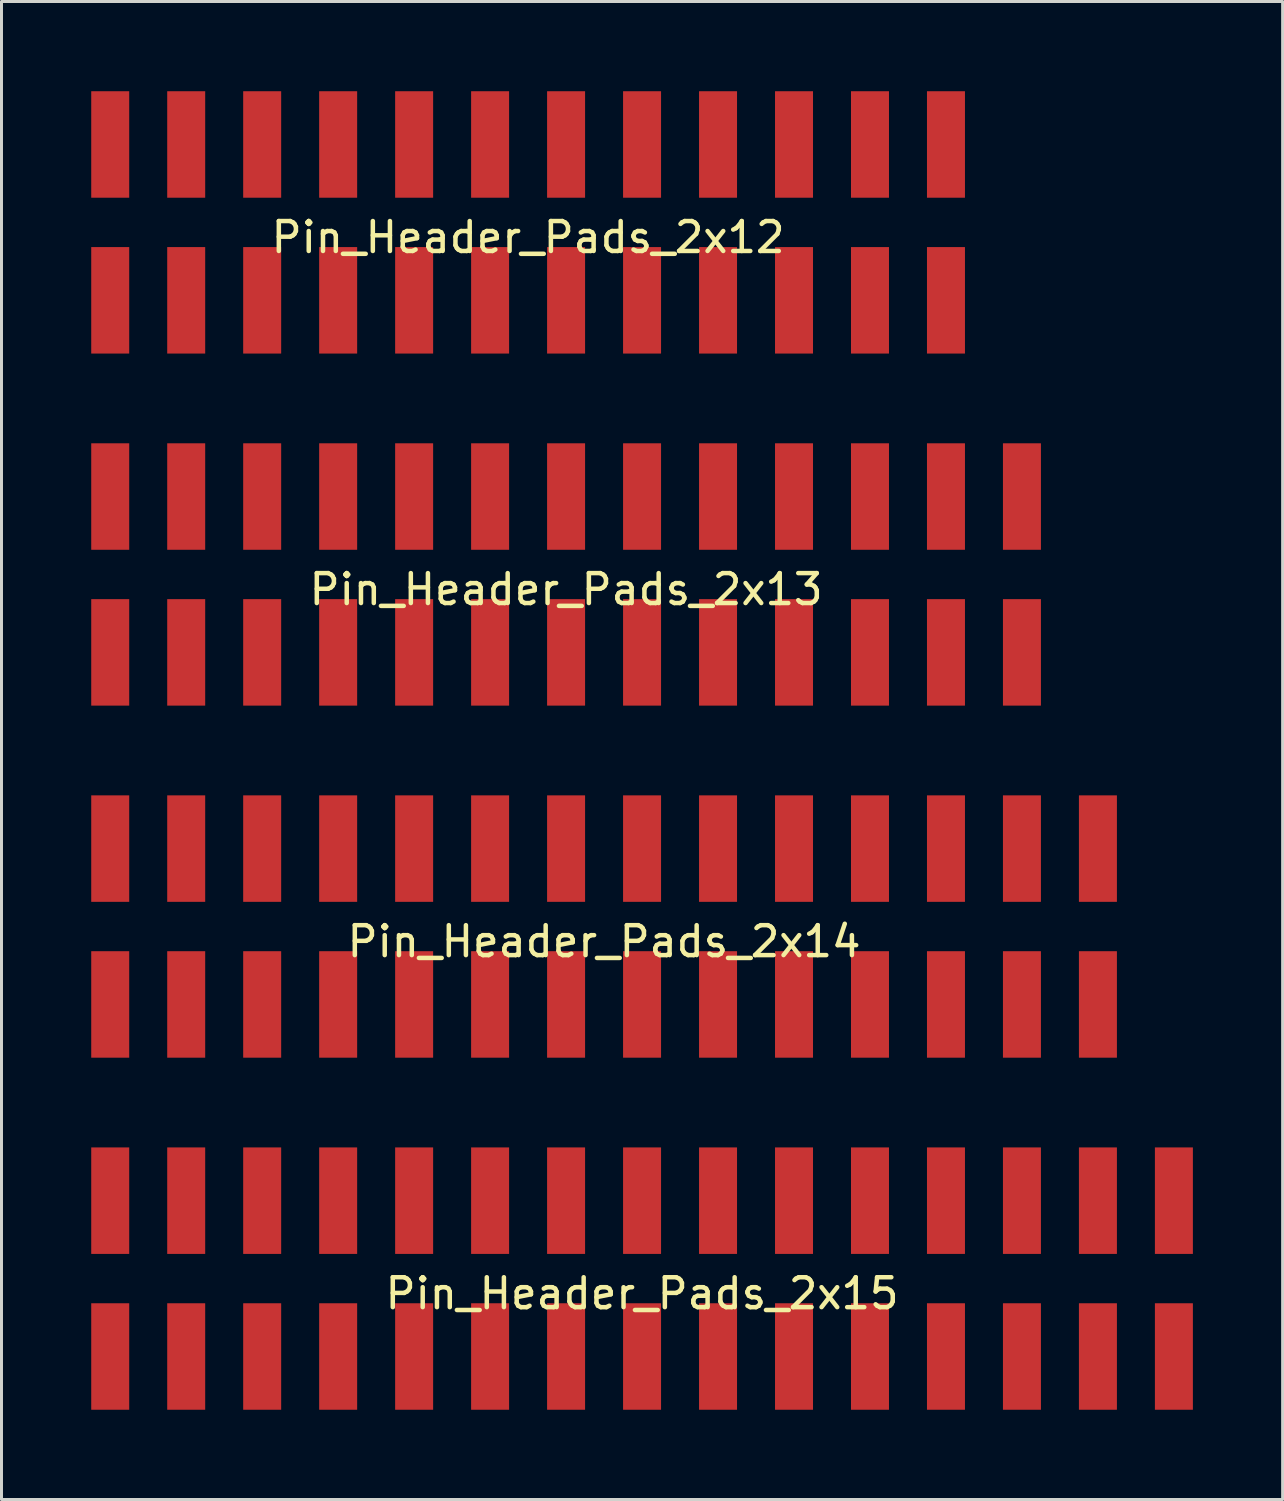
<source format=kicad_pcb>
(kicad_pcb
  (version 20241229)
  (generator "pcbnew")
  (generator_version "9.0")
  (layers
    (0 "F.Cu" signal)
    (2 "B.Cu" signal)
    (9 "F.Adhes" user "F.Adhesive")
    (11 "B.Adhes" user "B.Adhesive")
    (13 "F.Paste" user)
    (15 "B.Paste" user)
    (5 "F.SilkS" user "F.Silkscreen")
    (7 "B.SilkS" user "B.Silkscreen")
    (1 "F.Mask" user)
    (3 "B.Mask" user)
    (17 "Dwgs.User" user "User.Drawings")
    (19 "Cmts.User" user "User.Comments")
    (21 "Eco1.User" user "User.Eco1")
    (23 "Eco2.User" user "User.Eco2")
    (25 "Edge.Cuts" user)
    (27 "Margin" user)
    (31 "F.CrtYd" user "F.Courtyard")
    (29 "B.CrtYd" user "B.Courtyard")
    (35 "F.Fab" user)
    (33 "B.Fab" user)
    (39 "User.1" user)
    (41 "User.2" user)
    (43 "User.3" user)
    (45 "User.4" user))
  (footprint "Pin_Header_Pads_2x12"
    (layer "F.Cu")
    (at 14.605 4.385)
    (property "Reference" "Pin_Header_Pads_2x12" (at 0 0.5 0) (layer "F.SilkS") (effects (font (size 1 1) (thickness 0.15))))
    (attr through_hole)
    (pad "1" smd rect (at -13.97 2.605) (size 1.27 3.56) (layers "F.Cu" "F.Mask" "F.Paste"))
    (pad "2" smd rect (at -13.97 -2.605) (size 1.27 3.56) (layers "F.Cu" "F.Mask" "F.Paste"))
    (pad "3" smd rect (at -11.43 2.605) (size 1.27 3.56) (layers "F.Cu" "F.Mask" "F.Paste"))
    (pad "4" smd rect (at -11.43 -2.605) (size 1.27 3.56) (layers "F.Cu" "F.Mask" "F.Paste"))
    (pad "5" smd rect (at -8.89 2.605) (size 1.27 3.56) (layers "F.Cu" "F.Mask" "F.Paste"))
    (pad "6" smd rect (at -8.89 -2.605) (size 1.27 3.56) (layers "F.Cu" "F.Mask" "F.Paste"))
    (pad "7" smd rect (at -6.35 2.605) (size 1.27 3.56) (layers "F.Cu" "F.Mask" "F.Paste"))
    (pad "8" smd rect (at -6.35 -2.605) (size 1.27 3.56) (layers "F.Cu" "F.Mask" "F.Paste"))
    (pad "9" smd rect (at -3.81 2.605) (size 1.27 3.56) (layers "F.Cu" "F.Mask" "F.Paste"))
    (pad "10" smd rect (at -3.81 -2.605) (size 1.27 3.56) (layers "F.Cu" "F.Mask" "F.Paste"))
    (pad "11" smd rect (at -1.27 2.605) (size 1.27 3.56) (layers "F.Cu" "F.Mask" "F.Paste"))
    (pad "12" smd rect (at -1.27 -2.605) (size 1.27 3.56) (layers "F.Cu" "F.Mask" "F.Paste"))
    (pad "13" smd rect (at 1.27 2.605) (size 1.27 3.56) (layers "F.Cu" "F.Mask" "F.Paste"))
    (pad "14" smd rect (at 1.27 -2.605) (size 1.27 3.56) (layers "F.Cu" "F.Mask" "F.Paste"))
    (pad "15" smd rect (at 3.81 2.605) (size 1.27 3.56) (layers "F.Cu" "F.Mask" "F.Paste"))
    (pad "16" smd rect (at 3.81 -2.605) (size 1.27 3.56) (layers "F.Cu" "F.Mask" "F.Paste"))
    (pad "17" smd rect (at 6.35 2.605) (size 1.27 3.56) (layers "F.Cu" "F.Mask" "F.Paste"))
    (pad "18" smd rect (at 6.35 -2.605) (size 1.27 3.56) (layers "F.Cu" "F.Mask" "F.Paste"))
    (pad "19" smd rect (at 8.89 2.605) (size 1.27 3.56) (layers "F.Cu" "F.Mask" "F.Paste"))
    (pad "20" smd rect (at 8.89 -2.605) (size 1.27 3.56) (layers "F.Cu" "F.Mask" "F.Paste"))
    (pad "21" smd rect (at 11.43 2.605) (size 1.27 3.56) (layers "F.Cu" "F.Mask" "F.Paste"))
    (pad "22" smd rect (at 11.43 -2.605) (size 1.27 3.56) (layers "F.Cu" "F.Mask" "F.Paste"))
    (pad "23" smd rect (at 13.97 2.605) (size 1.27 3.56) (layers "F.Cu" "F.Mask" "F.Paste"))
    (pad "24" smd rect (at 13.97 -2.605) (size 1.27 3.56) (layers "F.Cu" "F.Mask" "F.Paste")))
  (footprint "Pin_Header_Pads_2x15"
    (layer "F.Cu")
    (at 18.415 39.695)
    (property "Reference" "Pin_Header_Pads_2x15" (at 0 0.5 0) (layer "F.SilkS") (effects (font (size 1 1) (thickness 0.15))))
    (attr through_hole)
    (pad "1" smd rect (at -17.78 2.605) (size 1.27 3.56) (layers "F.Cu" "F.Mask" "F.Paste"))
    (pad "2" smd rect (at -17.78 -2.605) (size 1.27 3.56) (layers "F.Cu" "F.Mask" "F.Paste"))
    (pad "3" smd rect (at -15.24 2.605) (size 1.27 3.56) (layers "F.Cu" "F.Mask" "F.Paste"))
    (pad "4" smd rect (at -15.24 -2.605) (size 1.27 3.56) (layers "F.Cu" "F.Mask" "F.Paste"))
    (pad "5" smd rect (at -12.7 2.605) (size 1.27 3.56) (layers "F.Cu" "F.Mask" "F.Paste"))
    (pad "6" smd rect (at -12.7 -2.605) (size 1.27 3.56) (layers "F.Cu" "F.Mask" "F.Paste"))
    (pad "7" smd rect (at -10.16 2.605) (size 1.27 3.56) (layers "F.Cu" "F.Mask" "F.Paste"))
    (pad "8" smd rect (at -10.16 -2.605) (size 1.27 3.56) (layers "F.Cu" "F.Mask" "F.Paste"))
    (pad "9" smd rect (at -7.62 2.605) (size 1.27 3.56) (layers "F.Cu" "F.Mask" "F.Paste"))
    (pad "10" smd rect (at -7.62 -2.605) (size 1.27 3.56) (layers "F.Cu" "F.Mask" "F.Paste"))
    (pad "11" smd rect (at -5.08 2.605) (size 1.27 3.56) (layers "F.Cu" "F.Mask" "F.Paste"))
    (pad "12" smd rect (at -5.08 -2.605) (size 1.27 3.56) (layers "F.Cu" "F.Mask" "F.Paste"))
    (pad "13" smd rect (at -2.54 2.605) (size 1.27 3.56) (layers "F.Cu" "F.Mask" "F.Paste"))
    (pad "14" smd rect (at -2.54 -2.605) (size 1.27 3.56) (layers "F.Cu" "F.Mask" "F.Paste"))
    (pad "15" smd rect (at 0 2.605) (size 1.27 3.56) (layers "F.Cu" "F.Mask" "F.Paste"))
    (pad "16" smd rect (at 0 -2.605) (size 1.27 3.56) (layers "F.Cu" "F.Mask" "F.Paste"))
    (pad "17" smd rect (at 2.54 2.605) (size 1.27 3.56) (layers "F.Cu" "F.Mask" "F.Paste"))
    (pad "18" smd rect (at 2.54 -2.605) (size 1.27 3.56) (layers "F.Cu" "F.Mask" "F.Paste"))
    (pad "19" smd rect (at 5.08 2.605) (size 1.27 3.56) (layers "F.Cu" "F.Mask" "F.Paste"))
    (pad "20" smd rect (at 5.08 -2.605) (size 1.27 3.56) (layers "F.Cu" "F.Mask" "F.Paste"))
    (pad "21" smd rect (at 7.62 2.605) (size 1.27 3.56) (layers "F.Cu" "F.Mask" "F.Paste"))
    (pad "22" smd rect (at 7.62 -2.605) (size 1.27 3.56) (layers "F.Cu" "F.Mask" "F.Paste"))
    (pad "23" smd rect (at 10.16 2.605) (size 1.27 3.56) (layers "F.Cu" "F.Mask" "F.Paste"))
    (pad "24" smd rect (at 10.16 -2.605) (size 1.27 3.56) (layers "F.Cu" "F.Mask" "F.Paste"))
    (pad "25" smd rect (at 12.7 2.605) (size 1.27 3.56) (layers "F.Cu" "F.Mask" "F.Paste"))
    (pad "26" smd rect (at 12.7 -2.605) (size 1.27 3.56) (layers "F.Cu" "F.Mask" "F.Paste"))
    (pad "27" smd rect (at 15.24 2.605) (size 1.27 3.56) (layers "F.Cu" "F.Mask" "F.Paste"))
    (pad "28" smd rect (at 15.24 -2.605) (size 1.27 3.56) (layers "F.Cu" "F.Mask" "F.Paste"))
    (pad "29" smd rect (at 17.78 2.605) (size 1.27 3.56) (layers "F.Cu" "F.Mask" "F.Paste"))
    (pad "30" smd rect (at 17.78 -2.605) (size 1.27 3.56) (layers "F.Cu" "F.Mask" "F.Paste")))
  (footprint "Pin_Header_Pads_2x14"
    (layer "F.Cu")
    (at 17.145 27.925)
    (property "Reference" "Pin_Header_Pads_2x14" (at 0 0.5 0) (layer "F.SilkS") (effects (font (size 1 1) (thickness 0.15))))
    (attr through_hole)
    (pad "1" smd rect (at -16.51 2.605) (size 1.27 3.56) (layers "F.Cu" "F.Mask" "F.Paste"))
    (pad "2" smd rect (at -16.51 -2.605) (size 1.27 3.56) (layers "F.Cu" "F.Mask" "F.Paste"))
    (pad "3" smd rect (at -13.97 2.605) (size 1.27 3.56) (layers "F.Cu" "F.Mask" "F.Paste"))
    (pad "4" smd rect (at -13.97 -2.605) (size 1.27 3.56) (layers "F.Cu" "F.Mask" "F.Paste"))
    (pad "5" smd rect (at -11.43 2.605) (size 1.27 3.56) (layers "F.Cu" "F.Mask" "F.Paste"))
    (pad "6" smd rect (at -11.43 -2.605) (size 1.27 3.56) (layers "F.Cu" "F.Mask" "F.Paste"))
    (pad "7" smd rect (at -8.89 2.605) (size 1.27 3.56) (layers "F.Cu" "F.Mask" "F.Paste"))
    (pad "8" smd rect (at -8.89 -2.605) (size 1.27 3.56) (layers "F.Cu" "F.Mask" "F.Paste"))
    (pad "9" smd rect (at -6.35 2.605) (size 1.27 3.56) (layers "F.Cu" "F.Mask" "F.Paste"))
    (pad "10" smd rect (at -6.35 -2.605) (size 1.27 3.56) (layers "F.Cu" "F.Mask" "F.Paste"))
    (pad "11" smd rect (at -3.81 2.605) (size 1.27 3.56) (layers "F.Cu" "F.Mask" "F.Paste"))
    (pad "12" smd rect (at -3.81 -2.605) (size 1.27 3.56) (layers "F.Cu" "F.Mask" "F.Paste"))
    (pad "13" smd rect (at -1.27 2.605) (size 1.27 3.56) (layers "F.Cu" "F.Mask" "F.Paste"))
    (pad "14" smd rect (at -1.27 -2.605) (size 1.27 3.56) (layers "F.Cu" "F.Mask" "F.Paste"))
    (pad "15" smd rect (at 1.27 2.605) (size 1.27 3.56) (layers "F.Cu" "F.Mask" "F.Paste"))
    (pad "16" smd rect (at 1.27 -2.605) (size 1.27 3.56) (layers "F.Cu" "F.Mask" "F.Paste"))
    (pad "17" smd rect (at 3.81 2.605) (size 1.27 3.56) (layers "F.Cu" "F.Mask" "F.Paste"))
    (pad "18" smd rect (at 3.81 -2.605) (size 1.27 3.56) (layers "F.Cu" "F.Mask" "F.Paste"))
    (pad "19" smd rect (at 6.35 2.605) (size 1.27 3.56) (layers "F.Cu" "F.Mask" "F.Paste"))
    (pad "20" smd rect (at 6.35 -2.605) (size 1.27 3.56) (layers "F.Cu" "F.Mask" "F.Paste"))
    (pad "21" smd rect (at 8.89 2.605) (size 1.27 3.56) (layers "F.Cu" "F.Mask" "F.Paste"))
    (pad "22" smd rect (at 8.89 -2.605) (size 1.27 3.56) (layers "F.Cu" "F.Mask" "F.Paste"))
    (pad "23" smd rect (at 11.43 2.605) (size 1.27 3.56) (layers "F.Cu" "F.Mask" "F.Paste"))
    (pad "24" smd rect (at 11.43 -2.605) (size 1.27 3.56) (layers "F.Cu" "F.Mask" "F.Paste"))
    (pad "25" smd rect (at 13.97 2.605) (size 1.27 3.56) (layers "F.Cu" "F.Mask" "F.Paste"))
    (pad "26" smd rect (at 13.97 -2.605) (size 1.27 3.56) (layers "F.Cu" "F.Mask" "F.Paste"))
    (pad "27" smd rect (at 16.51 2.605) (size 1.27 3.56) (layers "F.Cu" "F.Mask" "F.Paste"))
    (pad "28" smd rect (at 16.51 -2.605) (size 1.27 3.56) (layers "F.Cu" "F.Mask" "F.Paste")))
  (footprint "Pin_Header_Pads_2x13"
    (layer "F.Cu")
    (at 15.875 16.155)
    (property "Reference" "Pin_Header_Pads_2x13" (at 0 0.5 0) (layer "F.SilkS") (effects (font (size 1 1) (thickness 0.15))))
    (attr through_hole)
    (pad "1" smd rect (at -15.24 2.605) (size 1.27 3.56) (layers "F.Cu" "F.Mask" "F.Paste"))
    (pad "2" smd rect (at -15.24 -2.605) (size 1.27 3.56) (layers "F.Cu" "F.Mask" "F.Paste"))
    (pad "3" smd rect (at -12.7 2.605) (size 1.27 3.56) (layers "F.Cu" "F.Mask" "F.Paste"))
    (pad "4" smd rect (at -12.7 -2.605) (size 1.27 3.56) (layers "F.Cu" "F.Mask" "F.Paste"))
    (pad "5" smd rect (at -10.16 2.605) (size 1.27 3.56) (layers "F.Cu" "F.Mask" "F.Paste"))
    (pad "6" smd rect (at -10.16 -2.605) (size 1.27 3.56) (layers "F.Cu" "F.Mask" "F.Paste"))
    (pad "7" smd rect (at -7.62 2.605) (size 1.27 3.56) (layers "F.Cu" "F.Mask" "F.Paste"))
    (pad "8" smd rect (at -7.62 -2.605) (size 1.27 3.56) (layers "F.Cu" "F.Mask" "F.Paste"))
    (pad "9" smd rect (at -5.08 2.605) (size 1.27 3.56) (layers "F.Cu" "F.Mask" "F.Paste"))
    (pad "10" smd rect (at -5.08 -2.605) (size 1.27 3.56) (layers "F.Cu" "F.Mask" "F.Paste"))
    (pad "11" smd rect (at -2.54 2.605) (size 1.27 3.56) (layers "F.Cu" "F.Mask" "F.Paste"))
    (pad "12" smd rect (at -2.54 -2.605) (size 1.27 3.56) (layers "F.Cu" "F.Mask" "F.Paste"))
    (pad "13" smd rect (at 0 2.605) (size 1.27 3.56) (layers "F.Cu" "F.Mask" "F.Paste"))
    (pad "14" smd rect (at 0 -2.605) (size 1.27 3.56) (layers "F.Cu" "F.Mask" "F.Paste"))
    (pad "15" smd rect (at 2.54 2.605) (size 1.27 3.56) (layers "F.Cu" "F.Mask" "F.Paste"))
    (pad "16" smd rect (at 2.54 -2.605) (size 1.27 3.56) (layers "F.Cu" "F.Mask" "F.Paste"))
    (pad "17" smd rect (at 5.08 2.605) (size 1.27 3.56) (layers "F.Cu" "F.Mask" "F.Paste"))
    (pad "18" smd rect (at 5.08 -2.605) (size 1.27 3.56) (layers "F.Cu" "F.Mask" "F.Paste"))
    (pad "19" smd rect (at 7.62 2.605) (size 1.27 3.56) (layers "F.Cu" "F.Mask" "F.Paste"))
    (pad "20" smd rect (at 7.62 -2.605) (size 1.27 3.56) (layers "F.Cu" "F.Mask" "F.Paste"))
    (pad "21" smd rect (at 10.16 2.605) (size 1.27 3.56) (layers "F.Cu" "F.Mask" "F.Paste"))
    (pad "22" smd rect (at 10.16 -2.605) (size 1.27 3.56) (layers "F.Cu" "F.Mask" "F.Paste"))
    (pad "23" smd rect (at 12.7 2.605) (size 1.27 3.56) (layers "F.Cu" "F.Mask" "F.Paste"))
    (pad "24" smd rect (at 12.7 -2.605) (size 1.27 3.56) (layers "F.Cu" "F.Mask" "F.Paste"))
    (pad "25" smd rect (at 15.24 2.605) (size 1.27 3.56) (layers "F.Cu" "F.Mask" "F.Paste"))
    (pad "26" smd rect (at 15.24 -2.605) (size 1.27 3.56) (layers "F.Cu" "F.Mask" "F.Paste")))
  (gr_rect
    (start -3 -3)
    (end 39.83 47.08)
    (stroke (width 0.1) (type default))
    (fill no)
    (layer "Edge.Cuts")))
</source>
